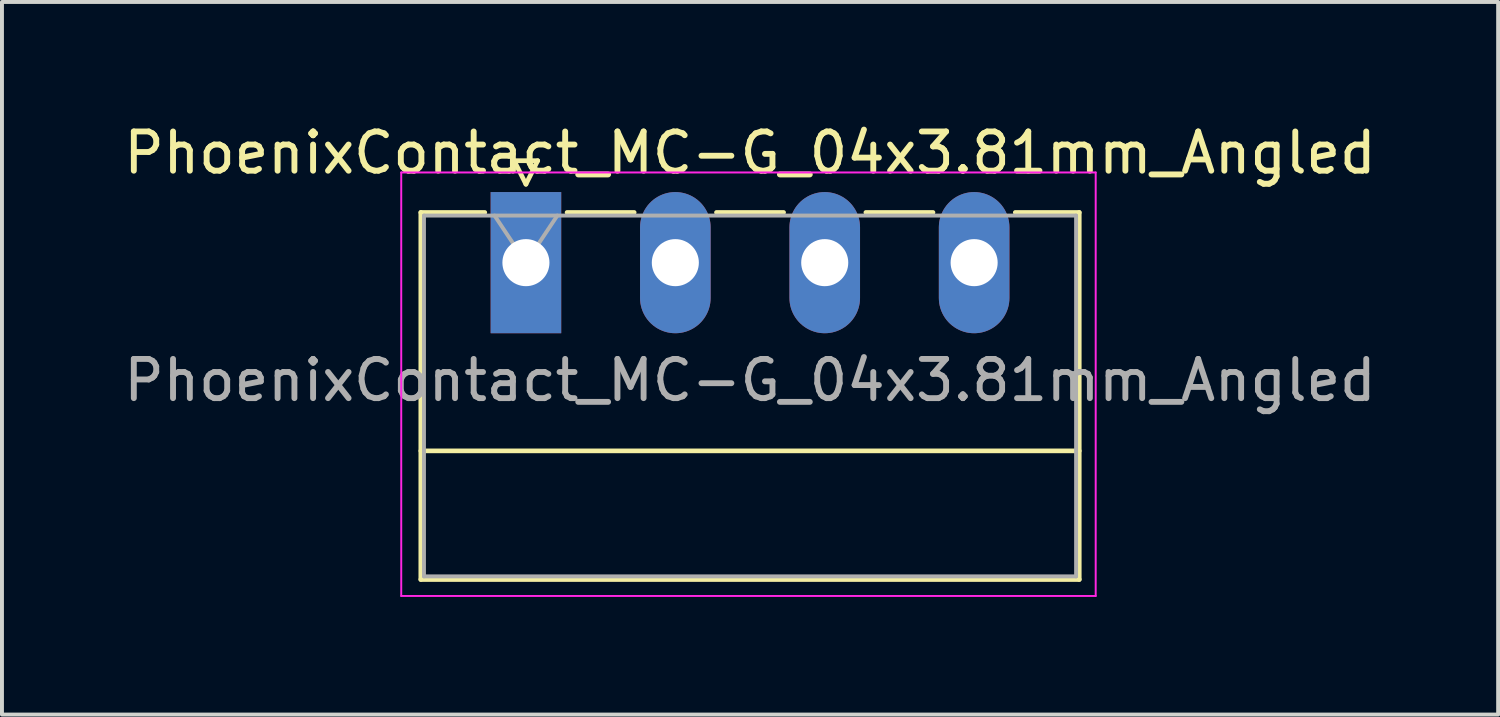
<source format=kicad_pcb>
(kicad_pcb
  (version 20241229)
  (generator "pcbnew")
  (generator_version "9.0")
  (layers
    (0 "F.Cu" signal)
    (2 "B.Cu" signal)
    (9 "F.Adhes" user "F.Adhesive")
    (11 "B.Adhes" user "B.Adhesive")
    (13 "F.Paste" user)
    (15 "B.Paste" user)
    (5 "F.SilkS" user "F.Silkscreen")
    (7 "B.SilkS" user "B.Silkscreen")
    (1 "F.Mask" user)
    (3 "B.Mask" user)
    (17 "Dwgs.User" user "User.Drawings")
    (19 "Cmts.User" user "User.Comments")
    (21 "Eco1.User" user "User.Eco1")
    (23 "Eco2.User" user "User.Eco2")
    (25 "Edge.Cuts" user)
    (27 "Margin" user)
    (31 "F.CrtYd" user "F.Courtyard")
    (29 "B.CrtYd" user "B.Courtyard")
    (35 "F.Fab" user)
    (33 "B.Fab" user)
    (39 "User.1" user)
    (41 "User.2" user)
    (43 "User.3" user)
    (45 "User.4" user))
  (footprint "PhoenixContact_MC-G_04x3.81mm_Angled"
    (layer "F.Cu")
    (at 10.362 3.648)
    (property "Reference" "PhoenixContact_MC-G_04x3.81mm_Angled" (at 5.715 -2.8 0) (layer "F.SilkS") (effects (font (size 1 1) (thickness 0.15))))
    (attr through_hole)
    (fp_line (start -2.68 -1.28) (end -2.68 8.08) (stroke (width 0.12) (type solid)) (layer "F.SilkS"))
    (fp_line (start -2.68 -1.28) (end -1.05 -1.28) (stroke (width 0.12) (type solid)) (layer "F.SilkS"))
    (fp_line (start -2.68 4.8) (end 14.11 4.8) (stroke (width 0.12) (type solid)) (layer "F.SilkS"))
    (fp_line (start -2.68 8.08) (end 14.11 8.08) (stroke (width 0.12) (type solid)) (layer "F.SilkS"))
    (fp_line (start -0.3 -2.6) (end 0.3 -2.6) (stroke (width 0.12) (type solid)) (layer "F.SilkS"))
    (fp_line (start 0 -2) (end -0.3 -2.6) (stroke (width 0.12) (type solid)) (layer "F.SilkS"))
    (fp_line (start 0.3 -2.6) (end 0 -2) (stroke (width 0.12) (type solid)) (layer "F.SilkS"))
    (fp_line (start 1.05 -1.28) (end 2.76 -1.28) (stroke (width 0.12) (type solid)) (layer "F.SilkS"))
    (fp_line (start 4.86 -1.28) (end 6.57 -1.28) (stroke (width 0.12) (type solid)) (layer "F.SilkS"))
    (fp_line (start 8.67 -1.28) (end 10.38 -1.28) (stroke (width 0.12) (type solid)) (layer "F.SilkS"))
    (fp_line (start 14.11 -1.28) (end 12.48 -1.28) (stroke (width 0.12) (type solid)) (layer "F.SilkS"))
    (fp_line (start 14.11 8.08) (end 14.11 -1.28) (stroke (width 0.12) (type solid)) (layer "F.SilkS"))
    (fp_line (start -3.18 -2.3) (end -3.18 8.5) (stroke (width 0.05) (type solid)) (layer "F.CrtYd"))
    (fp_line (start -3.18 8.5) (end 14.53 8.5) (stroke (width 0.05) (type solid)) (layer "F.CrtYd"))
    (fp_line (start 14.53 -2.3) (end -3.18 -2.3) (stroke (width 0.05) (type solid)) (layer "F.CrtYd"))
    (fp_line (start 14.53 8.5) (end 14.53 -2.3) (stroke (width 0.05) (type solid)) (layer "F.CrtYd"))
    (fp_line (start -2.6 -1.2) (end -2.6 8) (stroke (width 0.1) (type solid)) (layer "F.Fab"))
    (fp_line (start -2.6 8) (end 14.03 8) (stroke (width 0.1) (type solid)) (layer "F.Fab"))
    (fp_line (start 0 0) (end -0.8 -1.2) (stroke (width 0.1) (type solid)) (layer "F.Fab"))
    (fp_line (start 0.8 -1.2) (end 0 0) (stroke (width 0.1) (type solid)) (layer "F.Fab"))
    (fp_line (start 14.03 -1.2) (end -2.6 -1.2) (stroke (width 0.1) (type solid)) (layer "F.Fab"))
    (fp_line (start 14.03 8) (end 14.03 -1.2) (stroke (width 0.1) (type solid)) (layer "F.Fab"))
    (fp_text user "${REFERENCE}" (at 5.715 3 0) (layer "F.Fab") (effects (font (size 1 1) (thickness 0.15))))
    (pad "1" thru_hole rect (at 0 0) (size 1.8 3.6) (drill 1.2) (layers "*.Cu" "*.Mask"))
    (pad "2" thru_hole oval (at 3.81 0) (size 1.8 3.6) (drill 1.2) (layers "*.Cu" "*.Mask"))
    (pad "3" thru_hole oval (at 7.62 0) (size 1.8 3.6) (drill 1.2) (layers "*.Cu" "*.Mask"))
    (pad "4" thru_hole oval (at 11.43 0) (size 1.8 3.6) (drill 1.2) (layers "*.Cu" "*.Mask")))
  (gr_rect
    (start -3 -3)
    (end 35.155 15.173)
    (stroke (width 0.1) (type default))
    (fill no)
    (layer "Edge.Cuts")))
</source>
